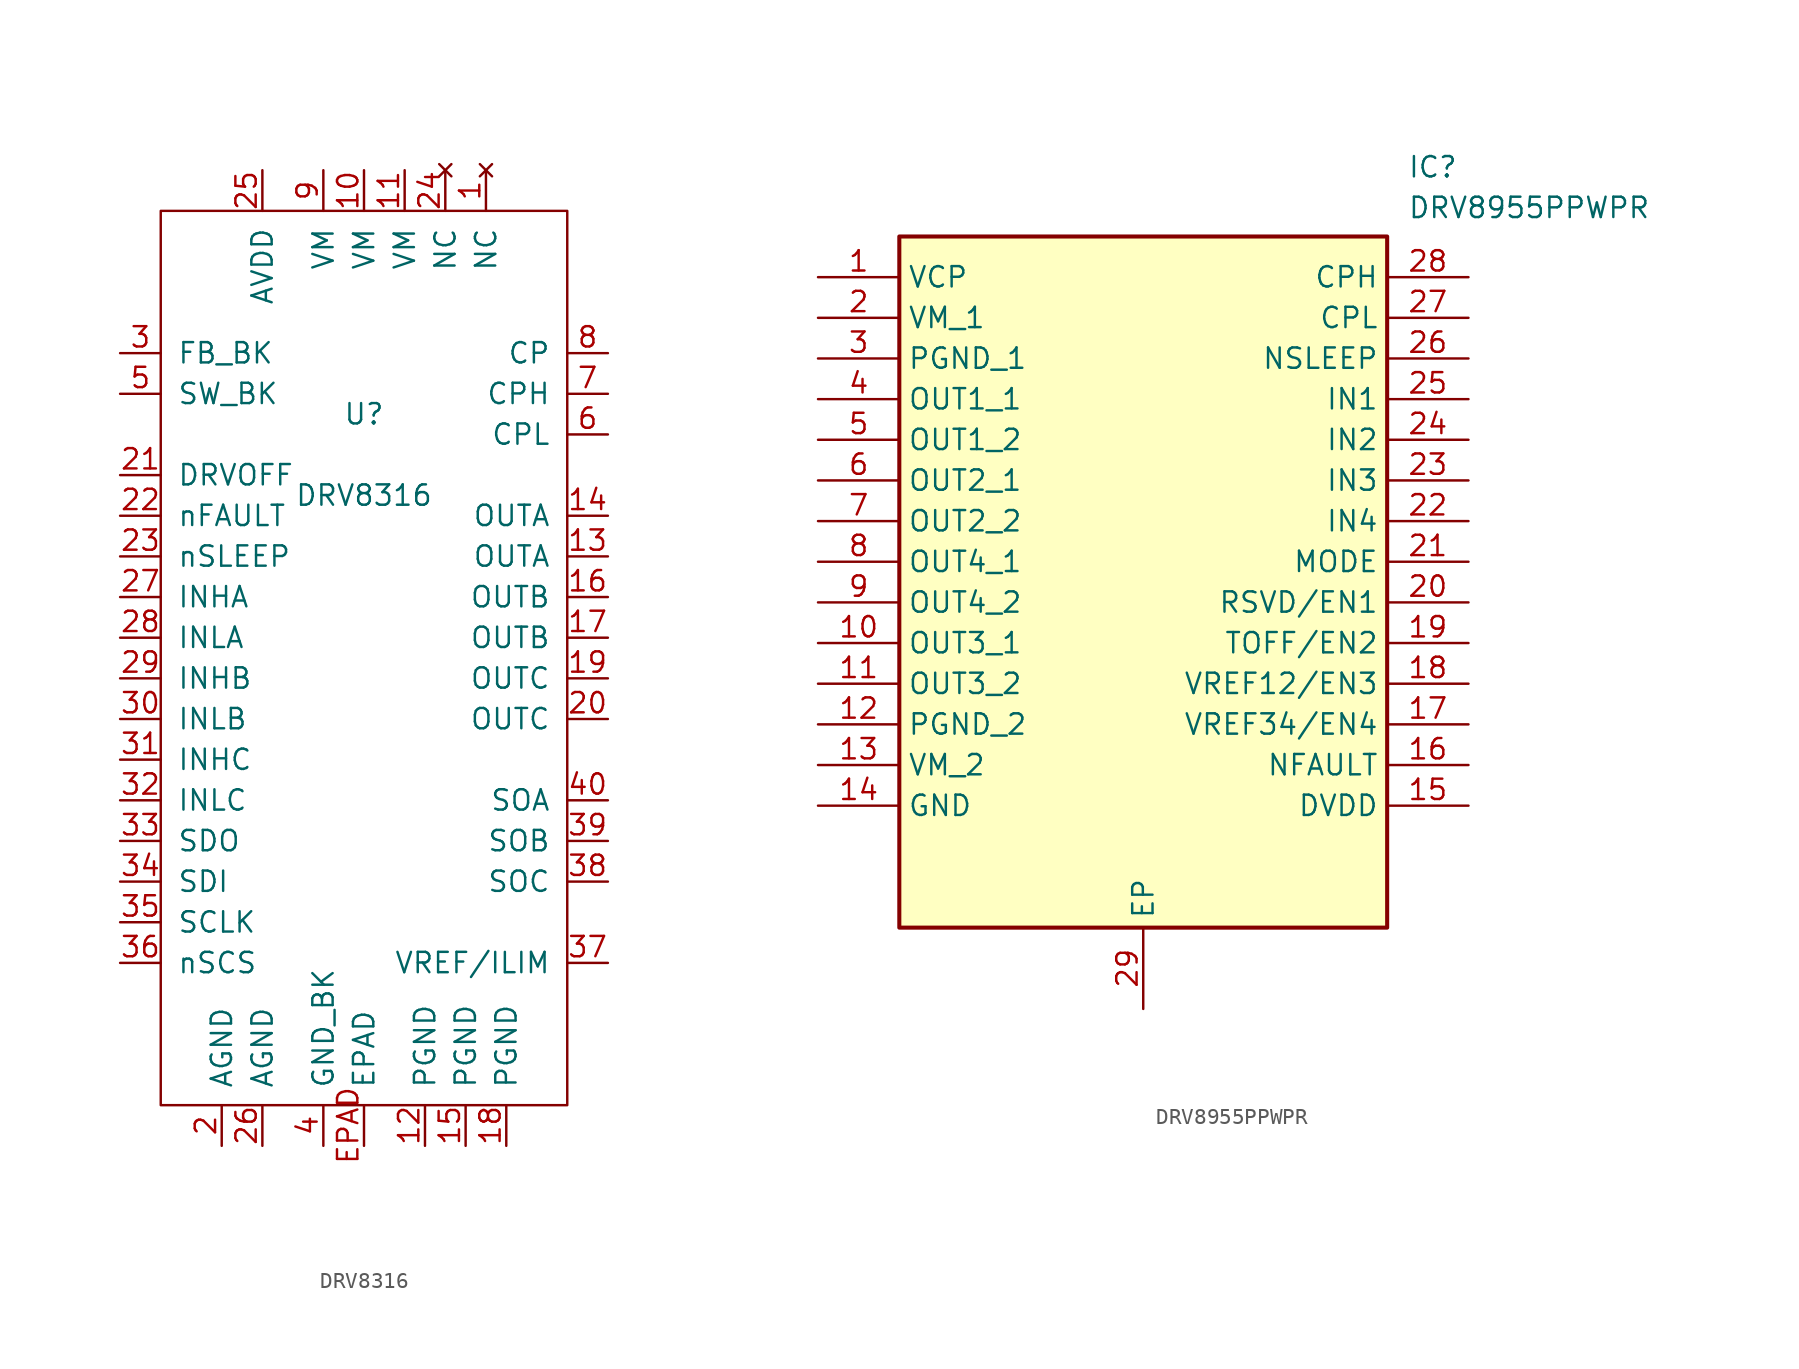
<source format=kicad_sym>
(kicad_symbol_lib
  (version 20231120)
  (generator "kicad_symbol_editor")
  (generator_version "8.0")
  (symbol "DRV8316"
    (pin_names
      (offset 1.016))
    (property "Reference" "U"
      (at 0 15.24 0)
      (effects (font (size 1.27 1.27))))
    (property "Value" "DRV8316"
      (at 0 10.16 0)
      (effects (font (size 1.27 1.27))))
    (symbol "DRV8316_0_0"
      (pin no_connect line (at 7.62 30.48 270) (length 2.54) (name "NC" (effects (font (size 1.27 1.27)))) (number "1" (effects (font (size 1.27 1.27)))))
      (pin power_in line (at 0 30.48 270) (length 2.54) (name "VM" (effects (font (size 1.27 1.27)))) (number "10" (effects (font (size 1.27 1.27)))))
      (pin power_in line (at 2.54 30.48 270) (length 2.54) (name "VM" (effects (font (size 1.27 1.27)))) (number "11" (effects (font (size 1.27 1.27)))))
      (pin power_in line (at 3.81 -30.48 90) (length 2.54) (name "PGND" (effects (font (size 1.27 1.27)))) (number "12" (effects (font (size 1.27 1.27)))))
      (pin power_out line (at 15.24 6.35 180) (length 2.54) (name "OUTA" (effects (font (size 1.27 1.27)))) (number "13" (effects (font (size 1.27 1.27)))))
      (pin power_out line (at 15.24 8.89 180) (length 2.54) (name "OUTA" (effects (font (size 1.27 1.27)))) (number "14" (effects (font (size 1.27 1.27)))))
      (pin power_in line (at 6.35 -30.48 90) (length 2.54) (name "PGND" (effects (font (size 1.27 1.27)))) (number "15" (effects (font (size 1.27 1.27)))))
      (pin power_out line (at 15.24 3.81 180) (length 2.54) (name "OUTB" (effects (font (size 1.27 1.27)))) (number "16" (effects (font (size 1.27 1.27)))))
      (pin power_out line (at 15.24 1.27 180) (length 2.54) (name "OUTB" (effects (font (size 1.27 1.27)))) (number "17" (effects (font (size 1.27 1.27)))))
      (pin power_in line (at 8.89 -30.48 90) (length 2.54) (name "PGND" (effects (font (size 1.27 1.27)))) (number "18" (effects (font (size 1.27 1.27)))))
      (pin power_out line (at 15.24 -1.27 180) (length 2.54) (name "OUTC" (effects (font (size 1.27 1.27)))) (number "19" (effects (font (size 1.27 1.27)))))
      (pin power_in line (at -8.89 -30.48 90) (length 2.54) (name "AGND" (effects (font (size 1.27 1.27)))) (number "2" (effects (font (size 1.27 1.27)))))
      (pin power_out line (at 15.24 -3.81 180) (length 2.54) (name "OUTC" (effects (font (size 1.27 1.27)))) (number "20" (effects (font (size 1.27 1.27)))))
      (pin input line (at -15.24 11.43 0) (length 2.54) (name "DRVOFF" (effects (font (size 1.27 1.27)))) (number "21" (effects (font (size 1.27 1.27)))))
      (pin bidirectional line (at -15.24 8.89 0) (length 2.54) (name "nFAULT" (effects (font (size 1.27 1.27)))) (number "22" (effects (font (size 1.27 1.27)))))
      (pin input line (at -15.24 6.35 0) (length 2.54) (name "nSLEEP" (effects (font (size 1.27 1.27)))) (number "23" (effects (font (size 1.27 1.27)))))
      (pin no_connect line (at 5.08 30.48 270) (length 2.54) (name "NC" (effects (font (size 1.27 1.27)))) (number "24" (effects (font (size 1.27 1.27)))))
      (pin power_in line (at -6.35 30.48 270) (length 2.54) (name "AVDD" (effects (font (size 1.27 1.27)))) (number "25" (effects (font (size 1.27 1.27)))))
      (pin power_in line (at -6.35 -30.48 90) (length 2.54) (name "AGND" (effects (font (size 1.27 1.27)))) (number "26" (effects (font (size 1.27 1.27)))))
      (pin input line (at -15.24 3.81 0) (length 2.54) (name "INHA" (effects (font (size 1.27 1.27)))) (number "27" (effects (font (size 1.27 1.27)))))
      (pin input line (at -15.24 1.27 0) (length 2.54) (name "INLA" (effects (font (size 1.27 1.27)))) (number "28" (effects (font (size 1.27 1.27)))))
      (pin input line (at -15.24 -1.27 0) (length 2.54) (name "INHB" (effects (font (size 1.27 1.27)))) (number "29" (effects (font (size 1.27 1.27)))))
      (pin input line (at -15.24 19.05 0) (length 2.54) (name "FB_BK" (effects (font (size 1.27 1.27)))) (number "3" (effects (font (size 1.27 1.27)))))
      (pin input line (at -15.24 -3.81 0) (length 2.54) (name "INLB" (effects (font (size 1.27 1.27)))) (number "30" (effects (font (size 1.27 1.27)))))
      (pin input line (at -15.24 -6.35 0) (length 2.54) (name "INHC" (effects (font (size 1.27 1.27)))) (number "31" (effects (font (size 1.27 1.27)))))
      (pin input line (at -15.24 -8.89 0) (length 2.54) (name "INLC" (effects (font (size 1.27 1.27)))) (number "32" (effects (font (size 1.27 1.27)))))
      (pin output line (at -15.24 -11.43 0) (length 2.54) (name "SDO" (effects (font (size 1.27 1.27)))) (number "33" (effects (font (size 1.27 1.27)))))
      (pin input line (at -15.24 -13.97 0) (length 2.54) (name "SDI" (effects (font (size 1.27 1.27)))) (number "34" (effects (font (size 1.27 1.27)))))
      (pin input line (at -15.24 -16.51 0) (length 2.54) (name "SCLK" (effects (font (size 1.27 1.27)))) (number "35" (effects (font (size 1.27 1.27)))))
      (pin input line (at -15.24 -19.05 0) (length 2.54) (name "nSCS" (effects (font (size 1.27 1.27)))) (number "36" (effects (font (size 1.27 1.27)))))
      (pin input line (at 15.24 -19.05 180) (length 2.54) (name "VREF/ILIM" (effects (font (size 1.27 1.27)))) (number "37" (effects (font (size 1.27 1.27)))))
      (pin output line (at 15.24 -13.97 180) (length 2.54) (name "SOC" (effects (font (size 1.27 1.27)))) (number "38" (effects (font (size 1.27 1.27)))))
      (pin output line (at 15.24 -11.43 180) (length 2.54) (name "SOB" (effects (font (size 1.27 1.27)))) (number "39" (effects (font (size 1.27 1.27)))))
      (pin power_in line (at -2.54 -30.48 90) (length 2.54) (name "GND_BK" (effects (font (size 1.27 1.27)))) (number "4" (effects (font (size 1.27 1.27)))))
      (pin output line (at 15.24 -8.89 180) (length 2.54) (name "SOA" (effects (font (size 1.27 1.27)))) (number "40" (effects (font (size 1.27 1.27)))))
      (pin input line (at -15.24 16.51 0) (length 2.54) (name "SW_BK" (effects (font (size 1.27 1.27)))) (number "5" (effects (font (size 1.27 1.27)))))
      (pin input line (at 15.24 13.97 180) (length 2.54) (name "CPL" (effects (font (size 1.27 1.27)))) (number "6" (effects (font (size 1.27 1.27)))))
      (pin input line (at 15.24 16.51 180) (length 2.54) (name "CPH" (effects (font (size 1.27 1.27)))) (number "7" (effects (font (size 1.27 1.27)))))
      (pin output line (at 15.24 19.05 180) (length 2.54) (name "CP" (effects (font (size 1.27 1.27)))) (number "8" (effects (font (size 1.27 1.27)))))
      (pin power_in line (at -2.54 30.48 270) (length 2.54) (name "VM" (effects (font (size 1.27 1.27)))) (number "9" (effects (font (size 1.27 1.27)))))
      (pin power_in line (at 0 -30.48 90) (length 2.54) (name "EPAD" (effects (font (size 1.27 1.27)))) (number "EPAD" (effects (font (size 1.27 1.27))))))
    (symbol "DRV8316_0_1"
      (rectangle (start -12.7 27.94) (end 12.7 -27.94) (stroke (width 0) (type default)) (fill (type none)))))
  (symbol "DRV8955PPWPR"
    (property "Reference" "IC"
      (at 36.83 7.62 0)
      (effects (font (size 1.27 1.27)) (justify left top)))
    (property "Value" "DRV8955PPWPR"
      (at 36.83 5.08 0)
      (effects (font (size 1.27 1.27)) (justify left top)))
    (symbol "DRV8955PPWPR_1_1"
      (rectangle (start 5.08 2.54) (end 35.56 -40.64) (stroke (width 0.254) (type default)) (fill (type background)))
      (pin passive line (at 0 0 0) (length 5.08) (name "VCP" (effects (font (size 1.27 1.27)))) (number "1" (effects (font (size 1.27 1.27)))))
      (pin passive line (at 0 -22.86 0) (length 5.08) (name "OUT3_1" (effects (font (size 1.27 1.27)))) (number "10" (effects (font (size 1.27 1.27)))))
      (pin passive line (at 0 -25.4 0) (length 5.08) (name "OUT3_2" (effects (font (size 1.27 1.27)))) (number "11" (effects (font (size 1.27 1.27)))))
      (pin passive line (at 0 -27.94 0) (length 5.08) (name "PGND_2" (effects (font (size 1.27 1.27)))) (number "12" (effects (font (size 1.27 1.27)))))
      (pin passive line (at 0 -30.48 0) (length 5.08) (name "VM_2" (effects (font (size 1.27 1.27)))) (number "13" (effects (font (size 1.27 1.27)))))
      (pin passive line (at 0 -33.02 0) (length 5.08) (name "GND" (effects (font (size 1.27 1.27)))) (number "14" (effects (font (size 1.27 1.27)))))
      (pin passive line (at 40.64 -33.02 180) (length 5.08) (name "DVDD" (effects (font (size 1.27 1.27)))) (number "15" (effects (font (size 1.27 1.27)))))
      (pin passive line (at 40.64 -30.48 180) (length 5.08) (name "NFAULT" (effects (font (size 1.27 1.27)))) (number "16" (effects (font (size 1.27 1.27)))))
      (pin passive line (at 40.64 -27.94 180) (length 5.08) (name "VREF34/EN4" (effects (font (size 1.27 1.27)))) (number "17" (effects (font (size 1.27 1.27)))))
      (pin passive line (at 40.64 -25.4 180) (length 5.08) (name "VREF12/EN3" (effects (font (size 1.27 1.27)))) (number "18" (effects (font (size 1.27 1.27)))))
      (pin passive line (at 40.64 -22.86 180) (length 5.08) (name "TOFF/EN2" (effects (font (size 1.27 1.27)))) (number "19" (effects (font (size 1.27 1.27)))))
      (pin passive line (at 0 -2.54 0) (length 5.08) (name "VM_1" (effects (font (size 1.27 1.27)))) (number "2" (effects (font (size 1.27 1.27)))))
      (pin passive line (at 40.64 -20.32 180) (length 5.08) (name "RSVD/EN1" (effects (font (size 1.27 1.27)))) (number "20" (effects (font (size 1.27 1.27)))))
      (pin passive line (at 40.64 -17.78 180) (length 5.08) (name "MODE" (effects (font (size 1.27 1.27)))) (number "21" (effects (font (size 1.27 1.27)))))
      (pin passive line (at 40.64 -15.24 180) (length 5.08) (name "IN4" (effects (font (size 1.27 1.27)))) (number "22" (effects (font (size 1.27 1.27)))))
      (pin passive line (at 40.64 -12.7 180) (length 5.08) (name "IN3" (effects (font (size 1.27 1.27)))) (number "23" (effects (font (size 1.27 1.27)))))
      (pin passive line (at 40.64 -10.16 180) (length 5.08) (name "IN2" (effects (font (size 1.27 1.27)))) (number "24" (effects (font (size 1.27 1.27)))))
      (pin passive line (at 40.64 -7.62 180) (length 5.08) (name "IN1" (effects (font (size 1.27 1.27)))) (number "25" (effects (font (size 1.27 1.27)))))
      (pin passive line (at 40.64 -5.08 180) (length 5.08) (name "NSLEEP" (effects (font (size 1.27 1.27)))) (number "26" (effects (font (size 1.27 1.27)))))
      (pin passive line (at 40.64 -2.54 180) (length 5.08) (name "CPL" (effects (font (size 1.27 1.27)))) (number "27" (effects (font (size 1.27 1.27)))))
      (pin passive line (at 40.64 0 180) (length 5.08) (name "CPH" (effects (font (size 1.27 1.27)))) (number "28" (effects (font (size 1.27 1.27)))))
      (pin passive line (at 20.32 -45.72 90) (length 5.08) (name "EP" (effects (font (size 1.27 1.27)))) (number "29" (effects (font (size 1.27 1.27)))))
      (pin passive line (at 0 -5.08 0) (length 5.08) (name "PGND_1" (effects (font (size 1.27 1.27)))) (number "3" (effects (font (size 1.27 1.27)))))
      (pin passive line (at 0 -7.62 0) (length 5.08) (name "OUT1_1" (effects (font (size 1.27 1.27)))) (number "4" (effects (font (size 1.27 1.27)))))
      (pin passive line (at 0 -10.16 0) (length 5.08) (name "OUT1_2" (effects (font (size 1.27 1.27)))) (number "5" (effects (font (size 1.27 1.27)))))
      (pin passive line (at 0 -12.7 0) (length 5.08) (name "OUT2_1" (effects (font (size 1.27 1.27)))) (number "6" (effects (font (size 1.27 1.27)))))
      (pin passive line (at 0 -15.24 0) (length 5.08) (name "OUT2_2" (effects (font (size 1.27 1.27)))) (number "7" (effects (font (size 1.27 1.27)))))
      (pin passive line (at 0 -17.78 0) (length 5.08) (name "OUT4_1" (effects (font (size 1.27 1.27)))) (number "8" (effects (font (size 1.27 1.27)))))
      (pin passive line (at 0 -20.32 0) (length 5.08) (name "OUT4_2" (effects (font (size 1.27 1.27)))) (number "9" (effects (font (size 1.27 1.27))))))))
</source>
